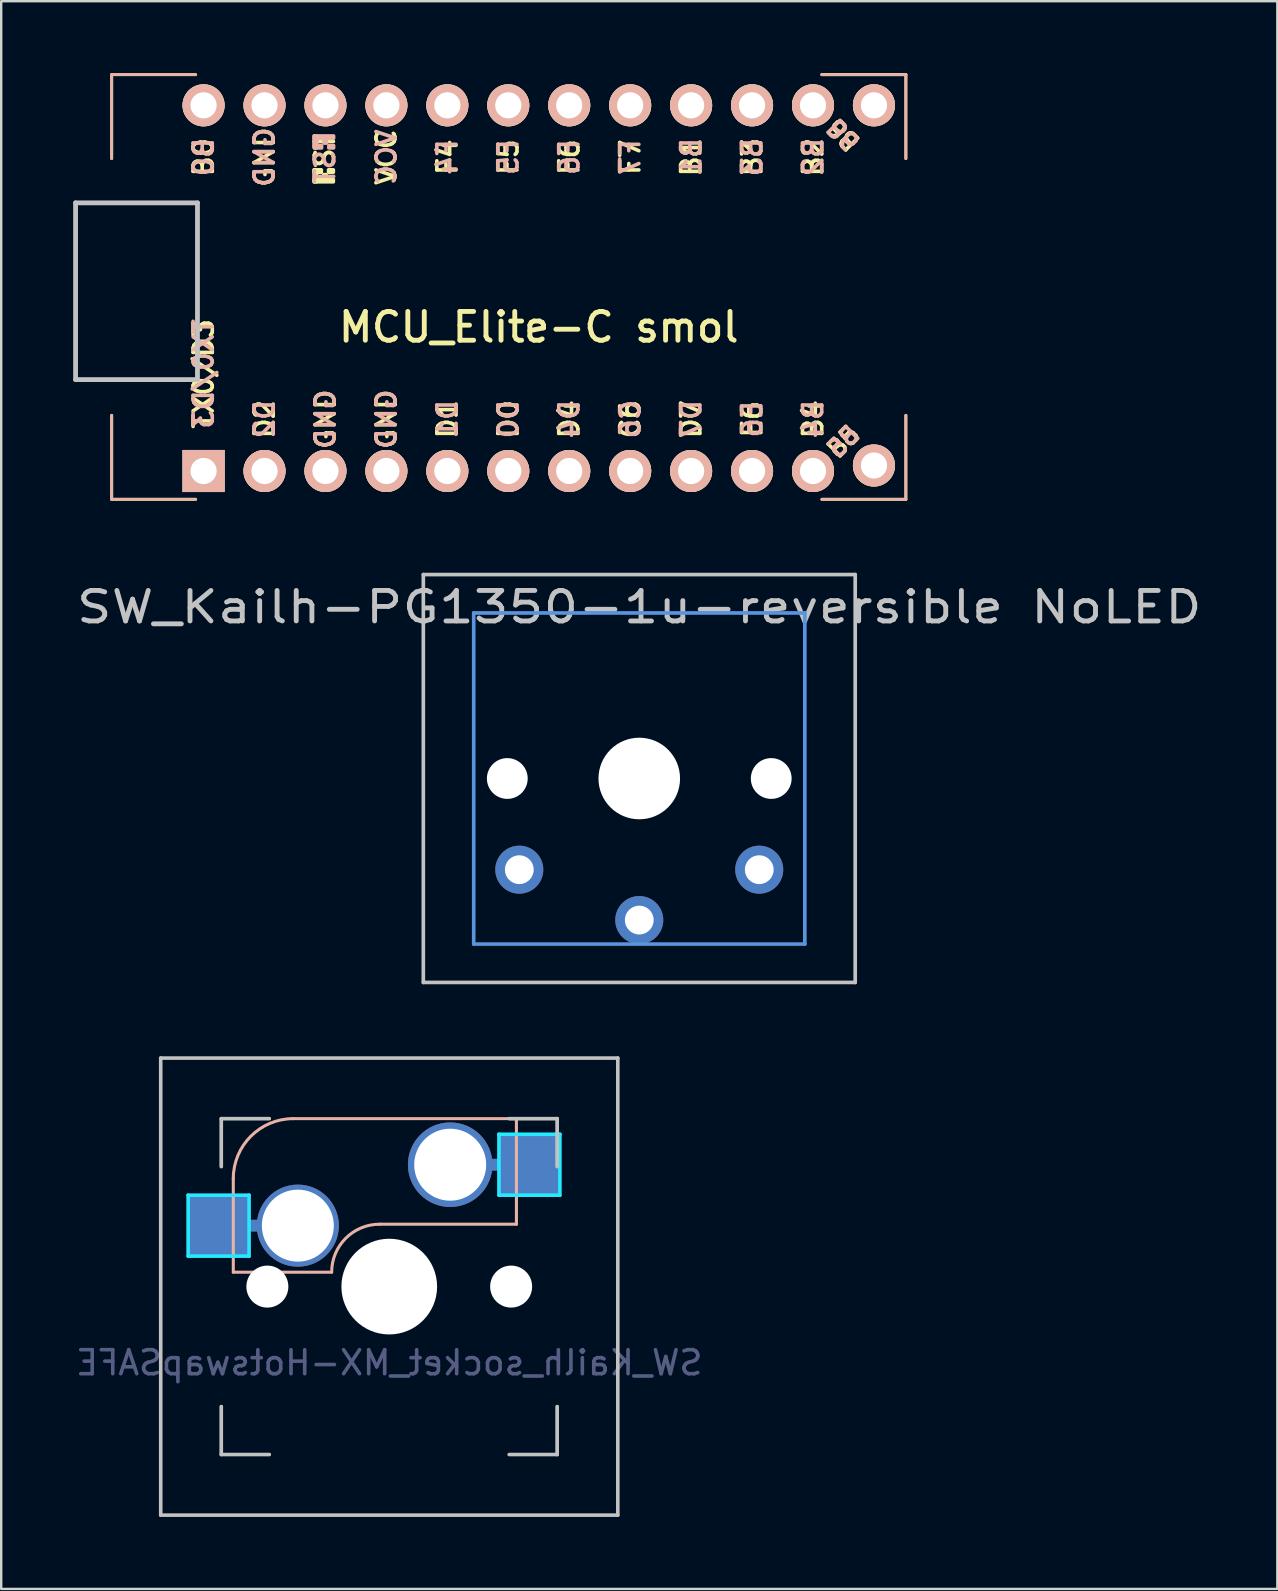
<source format=kicad_pcb>
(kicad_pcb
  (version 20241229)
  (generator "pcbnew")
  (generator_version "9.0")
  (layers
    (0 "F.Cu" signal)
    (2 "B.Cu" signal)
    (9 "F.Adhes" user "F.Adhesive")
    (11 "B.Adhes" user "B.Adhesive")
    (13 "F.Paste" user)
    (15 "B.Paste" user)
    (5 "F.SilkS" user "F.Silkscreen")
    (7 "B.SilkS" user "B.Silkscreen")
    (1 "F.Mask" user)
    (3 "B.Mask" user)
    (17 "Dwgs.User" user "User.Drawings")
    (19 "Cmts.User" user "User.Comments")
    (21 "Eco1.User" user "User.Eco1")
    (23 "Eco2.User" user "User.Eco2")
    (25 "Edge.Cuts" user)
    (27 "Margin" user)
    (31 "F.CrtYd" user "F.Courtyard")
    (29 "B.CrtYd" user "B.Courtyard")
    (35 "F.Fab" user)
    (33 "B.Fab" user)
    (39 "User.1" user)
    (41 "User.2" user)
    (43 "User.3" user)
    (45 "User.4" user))
  (footprint "SW_Kailh_socket_MX-HotswapSAFE"
    (layer "F.Cu")
    (at 13.173 50.572)
    (property "Reference" "SW_Kailh_socket_MX-HotswapSAFE" (at 0 3.175 0) (layer "B.Fab") (effects (font (size 1 1) (thickness 0.15)) (justify mirror)))
    (attr smd)
    (fp_line (start -5.81 -2.54) (end -5.3 -2.54) (stroke (width 0.5) (type solid)) (layer "B.Cu"))
    (fp_line (start 4.04 -5.08) (end 4.567 -5.08) (stroke (width 0.5) (type solid)) (layer "B.Cu"))
    (fp_line (start -7 -7) (end -5 -7) (stroke (width 0.12) (type solid)) (layer "F.SilkS"))
    (fp_line (start -7 -5) (end -7 -7) (stroke (width 0.12) (type solid)) (layer "F.SilkS"))
    (fp_line (start -7 5) (end -7 7) (stroke (width 0.12) (type solid)) (layer "F.SilkS"))
    (fp_line (start -7 7) (end -5 7) (stroke (width 0.12) (type solid)) (layer "F.SilkS"))
    (fp_line (start 5 -7) (end 7 -7) (stroke (width 0.12) (type solid)) (layer "F.SilkS"))
    (fp_line (start 7 -7) (end 7 -5) (stroke (width 0.12) (type solid)) (layer "F.SilkS"))
    (fp_line (start 7 5) (end 7 7) (stroke (width 0.12) (type solid)) (layer "F.SilkS"))
    (fp_line (start 7 7) (end 5 7) (stroke (width 0.12) (type solid)) (layer "F.SilkS"))
    (fp_line (start -6.5 -4.5) (end -6.5 -0.6) (stroke (width 0.127) (type solid)) (layer "B.SilkS"))
    (fp_line (start -6.5 -0.6) (end -2.4 -0.6) (stroke (width 0.127) (type solid)) (layer "B.SilkS"))
    (fp_line (start -0.4 -2.6) (end 5.3 -2.6) (stroke (width 0.127) (type solid)) (layer "B.SilkS"))
    (fp_line (start 5.3 -7) (end -4 -7) (stroke (width 0.127) (type solid)) (layer "B.SilkS"))
    (fp_line (start 5.3 -7) (end 5.3 -2.6) (stroke (width 0.127) (type solid)) (layer "B.SilkS"))
    (fp_arc (start -6.5 -4.5) (mid -5.767767 -6.267767) (end -4 -7) (stroke (width 0.127) (type solid)) (layer "B.SilkS"))
    (fp_arc (start -2.4 -0.6) (mid -1.814214 -2.014214) (end -0.4 -2.6) (stroke (width 0.127) (type solid)) (layer "B.SilkS"))
    (fp_line (start -9.525 -9.525) (end 9.525 -9.525) (stroke (width 0.15) (type solid)) (layer "Dwgs.User"))
    (fp_line (start -9.525 9.525) (end -9.525 -9.525) (stroke (width 0.15) (type solid)) (layer "Dwgs.User"))
    (fp_line (start -7 -7) (end -7 -5) (stroke (width 0.15) (type solid)) (layer "Dwgs.User"))
    (fp_line (start -7 5) (end -7 7) (stroke (width 0.15) (type solid)) (layer "Dwgs.User"))
    (fp_line (start -7 7) (end -5 7) (stroke (width 0.15) (type solid)) (layer "Dwgs.User"))
    (fp_line (start -5 -7) (end -7 -7) (stroke (width 0.15) (type solid)) (layer "Dwgs.User"))
    (fp_line (start 5 -7) (end 7 -7) (stroke (width 0.15) (type solid)) (layer "Dwgs.User"))
    (fp_line (start 5 7) (end 7 7) (stroke (width 0.15) (type solid)) (layer "Dwgs.User"))
    (fp_line (start 7 -7) (end 7 -5) (stroke (width 0.15) (type solid)) (layer "Dwgs.User"))
    (fp_line (start 7 7) (end 7 5) (stroke (width 0.15) (type solid)) (layer "Dwgs.User"))
    (fp_line (start 9.525 -9.525) (end 9.525 9.525) (stroke (width 0.15) (type solid)) (layer "Dwgs.User"))
    (fp_line (start 9.525 9.525) (end -9.525 9.525) (stroke (width 0.15) (type solid)) (layer "Dwgs.User"))
    (fp_line (start -8.382 -3.81) (end -8.382 -1.27) (stroke (width 0.15) (type solid)) (layer "B.CrtYd"))
    (fp_line (start -8.382 -1.27) (end -5.842 -1.27) (stroke (width 0.15) (type solid)) (layer "B.CrtYd"))
    (fp_line (start -5.842 -3.81) (end -8.382 -3.81) (stroke (width 0.15) (type solid)) (layer "B.CrtYd"))
    (fp_line (start -5.842 -1.27) (end -5.842 -3.81) (stroke (width 0.15) (type solid)) (layer "B.CrtYd"))
    (fp_line (start 4.572 -6.35) (end 7.112 -6.35) (stroke (width 0.15) (type solid)) (layer "B.CrtYd"))
    (fp_line (start 4.572 -3.81) (end 4.572 -6.35) (stroke (width 0.15) (type solid)) (layer "B.CrtYd"))
    (fp_line (start 7.112 -6.35) (end 7.112 -3.81) (stroke (width 0.15) (type solid)) (layer "B.CrtYd"))
    (fp_line (start 7.112 -3.81) (end 4.572 -3.81) (stroke (width 0.15) (type solid)) (layer "B.CrtYd"))
    (pad "" np_thru_hole circle (at -5.08 0 48.1) (size 1.75 1.75) (drill 1.75) (layers "*.Cu" "*.Mask"))
    (pad "" np_thru_hole circle (at 0 0) (size 3.988 3.988) (drill 3.988) (layers "*.Cu" "*.Mask"))
    (pad "" np_thru_hole circle (at 5.08 0 48.1) (size 1.75 1.75) (drill 1.75) (layers "*.Cu" "*.Mask"))
    (pad "1" smd rect (at -7.085 -2.54) (size 2.55 2.5) (layers "B.Cu" "B.Mask" "B.Paste"))
    (pad "1" thru_hole circle (at -3.81 -2.54) (size 3.42 3.42) (drill 3) (layers "*.Cu" "*.Mask"))
    (pad "2" thru_hole circle (at 2.54 -5.08) (size 3.524 3.524) (drill 3) (layers "*.Cu" "*.Mask"))
    (pad "2" smd rect (at 5.842 -5.08) (size 2.55 2.5) (layers "B.Cu" "B.Mask" "B.Paste")))
  (footprint "SW_Kailh-PG1350-1u-reversible NoLED"
    (layer "F.Cu")
    (at 23.593 29.396)
    (property "Reference" "SW_Kailh-PG1350-1u-reversible NoLED" (at 0 -7.144 180) (layer "Dwgs.User") (effects (font (size 1.27 1.524) (thickness 0.203))))
    (attr through_hole)
    (fp_line (start -9 -8.5) (end 9 -8.5) (stroke (width 0.152) (type solid)) (layer "Dwgs.User"))
    (fp_line (start -9 8.5) (end -9 -8.5) (stroke (width 0.152) (type solid)) (layer "Dwgs.User"))
    (fp_line (start 9 -8.5) (end 9 8.5) (stroke (width 0.152) (type solid)) (layer "Dwgs.User"))
    (fp_line (start 9 8.5) (end -9 8.5) (stroke (width 0.152) (type solid)) (layer "Dwgs.User"))
    (fp_line (start -6.9 -6.9) (end 6.9 -6.9) (stroke (width 0.152) (type solid)) (layer "Cmts.User"))
    (fp_line (start -6.9 6.9) (end -6.9 -6.9) (stroke (width 0.152) (type solid)) (layer "Cmts.User"))
    (fp_line (start 6.9 -6.9) (end 6.9 6.9) (stroke (width 0.152) (type solid)) (layer "Cmts.User"))
    (fp_line (start 6.9 6.9) (end -6.9 6.9) (stroke (width 0.152) (type solid)) (layer "Cmts.User"))
    (fp_line (start -7.5 -7.5) (end 7.5 -7.5) (stroke (width 0.152) (type solid)) (layer "Eco2.User"))
    (fp_line (start -7.5 7.5) (end -7.5 -7.5) (stroke (width 0.152) (type solid)) (layer "Eco2.User"))
    (fp_line (start 7.5 -7.5) (end 7.5 7.5) (stroke (width 0.152) (type solid)) (layer "Eco2.User"))
    (fp_line (start 7.5 7.5) (end -7.5 7.5) (stroke (width 0.152) (type solid)) (layer "Eco2.User"))
    (pad "" np_thru_hole circle (at -5.5 0 180) (size 1.7 1.7) (drill 1.7) (layers "*.Cu" "*.Mask"))
    (pad "" np_thru_hole circle (at 0 0 180) (size 3.4 3.4) (drill 3.4) (layers "*.Cu" "*.Mask"))
    (pad "" np_thru_hole circle (at 5.5 0 180) (size 1.7 1.7) (drill 1.7) (layers "*.Cu" "*.Mask"))
    (pad "1" thru_hole circle (at 0 5.9 180) (size 2 2) (drill 1.2) (layers "*.Cu" "*.Mask"))
    (pad "2" thru_hole circle (at -5 3.8 41.9) (size 2 2) (drill 1.2) (layers "*.Cu" "B.Mask"))
    (pad "2" thru_hole circle (at 5 3.8 41.9) (size 2 2) (drill 1.2) (layers "*.Cu" "F.Mask")))
  (footprint "MCU_Elite-C smol"
    (layer "F.Cu")
    (at 19.404 8.96)
    (property "Reference" "MCU_Elite-C smol" (at 0 1.625 0) (layer "F.SilkS") (effects (font (size 1.2 1.2) (thickness 0.203))))
    (attr through_hole)
    (fp_line (start -17.8 -8.9) (end -17.8 -5.4) (stroke (width 0.12) (type solid)) (layer "F.SilkS"))
    (fp_line (start -17.8 -8.9) (end -14.3 -8.9) (stroke (width 0.12) (type solid)) (layer "F.SilkS"))
    (fp_line (start -17.8 8.8) (end -17.8 5.3) (stroke (width 0.12) (type solid)) (layer "F.SilkS"))
    (fp_line (start -17.8 8.8) (end -14.3 8.8) (stroke (width 0.12) (type solid)) (layer "F.SilkS"))
    (fp_line (start 11.8 -8.9) (end 15.3 -8.9) (stroke (width 0.12) (type solid)) (layer "F.SilkS"))
    (fp_line (start 15.3 -8.9) (end 11.8 -8.9) (stroke (width 0.12) (type solid)) (layer "F.SilkS"))
    (fp_line (start 15.3 -8.9) (end 15.3 -5.4) (stroke (width 0.12) (type solid)) (layer "F.SilkS"))
    (fp_line (start 15.3 8.8) (end 11.8 8.8) (stroke (width 0.12) (type solid)) (layer "F.SilkS"))
    (fp_line (start 15.3 8.8) (end 15.3 5.3) (stroke (width 0.12) (type solid)) (layer "F.SilkS"))
    (fp_poly (pts (xy -9.361 -4.932) (xy -9.261 -4.932) (xy -9.261 -4.432) (xy -9.361 -4.432)) (stroke (width 0.15) (type solid)) (fill yes) (layer "F.SilkS"))
    (fp_poly (pts (xy -9.361 -4.932) (xy -9.061 -4.932) (xy -9.061 -4.832) (xy -9.361 -4.832)) (stroke (width 0.15) (type solid)) (fill yes) (layer "F.SilkS"))
    (fp_poly (pts (xy -9.361 -4.532) (xy -8.561 -4.532) (xy -8.561 -4.432) (xy -9.361 -4.432)) (stroke (width 0.15) (type solid)) (fill yes) (layer "F.SilkS"))
    (fp_poly (pts (xy -8.961 -4.732) (xy -8.861 -4.732) (xy -8.861 -4.632) (xy -8.961 -4.632)) (stroke (width 0.15) (type solid)) (fill yes) (layer "F.SilkS"))
    (fp_poly (pts (xy -8.761 -4.932) (xy -8.561 -4.932) (xy -8.561 -4.832) (xy -8.761 -4.832)) (stroke (width 0.15) (type solid)) (fill yes) (layer "F.SilkS"))
    (fp_line (start -17.8 -8.9) (end -17.8 -5.4) (stroke (width 0.12) (type solid)) (layer "B.SilkS"))
    (fp_line (start -17.8 -8.9) (end -14.3 -8.9) (stroke (width 0.12) (type solid)) (layer "B.SilkS"))
    (fp_line (start -17.8 5.3) (end -17.8 8.8) (stroke (width 0.12) (type solid)) (layer "B.SilkS"))
    (fp_line (start -17.8 8.8) (end -14.3 8.8) (stroke (width 0.12) (type solid)) (layer "B.SilkS"))
    (fp_line (start 11.8 -8.9) (end 15.3 -8.9) (stroke (width 0.12) (type solid)) (layer "B.SilkS"))
    (fp_line (start 11.8 8.8) (end 15.3 8.8) (stroke (width 0.12) (type solid)) (layer "B.SilkS"))
    (fp_line (start 15.3 -8.9) (end 15.3 -5.4) (stroke (width 0.12) (type solid)) (layer "B.SilkS"))
    (fp_line (start 15.3 8.8) (end 15.3 5.3) (stroke (width 0.12) (type solid)) (layer "B.SilkS"))
    (fp_poly (pts (xy -9.351 -6.245) (xy -8.551 -6.245) (xy -8.551 -6.345) (xy -9.351 -6.345)) (stroke (width 0.15) (type solid)) (fill yes) (layer "B.SilkS"))
    (fp_poly (pts (xy -9.351 -5.845) (xy -9.251 -5.845) (xy -9.251 -6.345) (xy -9.351 -6.345)) (stroke (width 0.15) (type solid)) (fill yes) (layer "B.SilkS"))
    (fp_poly (pts (xy -9.351 -5.845) (xy -9.051 -5.845) (xy -9.051 -5.945) (xy -9.351 -5.945)) (stroke (width 0.15) (type solid)) (fill yes) (layer "B.SilkS"))
    (fp_poly (pts (xy -8.951 -6.045) (xy -8.851 -6.045) (xy -8.851 -6.145) (xy -8.951 -6.145)) (stroke (width 0.15) (type solid)) (fill yes) (layer "B.SilkS"))
    (fp_poly (pts (xy -8.751 -5.845) (xy -8.551 -5.845) (xy -8.551 -5.945) (xy -8.751 -5.945)) (stroke (width 0.15) (type solid)) (fill yes) (layer "B.SilkS"))
    (fp_line (start -19.304 -3.556) (end -14.224 -3.556) (stroke (width 0.2) (type solid)) (layer "Dwgs.User"))
    (fp_line (start -19.304 3.81) (end -19.304 -3.556) (stroke (width 0.2) (type solid)) (layer "Dwgs.User"))
    (fp_line (start -14.224 -3.556) (end -14.224 3.81) (stroke (width 0.2) (type solid)) (layer "Dwgs.User"))
    (fp_line (start -14.224 3.81) (end -19.304 3.81) (stroke (width 0.2) (type solid)) (layer "Dwgs.User"))
    (fp_text user "GND" (at -6.35 5.461 90) (layer "F.SilkS") (effects (font (size 0.8 0.8) (thickness 0.15))))
    (fp_text user "B4" (at 11.43 5.461 90) (layer "F.SilkS") (effects (font (size 0.8 0.8) (thickness 0.15))))
    (fp_text user "E6" (at 8.89 5.461 90) (layer "F.SilkS") (effects (font (size 0.8 0.8) (thickness 0.15))))
    (fp_text user "D1" (at -3.81 5.461 90) (layer "F.SilkS") (effects (font (size 0.8 0.8) (thickness 0.15))))
    (fp_text user "ST" (at -8.92 -5.733 90) (layer "F.SilkS") (effects (font (size 0.8 0.8) (thickness 0.15))))
    (fp_text user "B6" (at 12.7 -6.4 135) (unlocked yes) (layer "F.SilkS") (effects (font (size 0.7 0.7) (thickness 0.15))))
    (fp_text user "D0" (at -1.27 5.461 90) (layer "F.SilkS") (effects (font (size 0.8 0.8) (thickness 0.15))))
    (fp_text user "B2" (at 11.43 -5.461 90) (layer "F.SilkS") (effects (font (size 0.8 0.8) (thickness 0.15))))
    (fp_text user "C6" (at 3.81 5.461 90) (layer "F.SilkS") (effects (font (size 0.8 0.8) (thickness 0.15))))
    (fp_text user "VCC" (at -6.35 -5.461 90) (layer "F.SilkS") (effects (font (size 0.8 0.8) (thickness 0.15))))
    (fp_text user "B5" (at 12.7 6.4 45) (layer "F.SilkS") (effects (font (size 0.7 0.7) (thickness 0.15))))
    (fp_text user "F4" (at -3.81 -5.461 90) (layer "F.SilkS") (effects (font (size 0.8 0.8) (thickness 0.15))))
    (fp_text user "D4" (at 1.27 5.461 90) (layer "F.SilkS") (effects (font (size 0.8 0.8) (thickness 0.15))))
    (fp_text user "D7" (at 6.35 5.461 90) (layer "F.SilkS") (effects (font (size 0.8 0.8) (thickness 0.15))))
    (fp_text user "B1" (at 6.35 -5.461 90) (layer "F.SilkS") (effects (font (size 0.8 0.8) (thickness 0.15))))
    (fp_text user "GND" (at -11.43 -5.461 90) (layer "F.SilkS") (effects (font (size 0.8 0.8) (thickness 0.15))))
    (fp_text user "F6" (at 1.27 -5.461 90) (layer "F.SilkS") (effects (font (size 0.8 0.8) (thickness 0.15))))
    (fp_text user "TX0/D3" (at -13.97 3.572 90) (layer "F.SilkS") (effects (font (size 0.8 0.8) (thickness 0.15))))
    (fp_text user "D2" (at -11.43 5.461 90) (layer "F.SilkS") (effects (font (size 0.8 0.8) (thickness 0.15))))
    (fp_text user "F7" (at 3.81 -5.461 90) (layer "F.SilkS") (effects (font (size 0.8 0.8) (thickness 0.15))))
    (fp_text user "B0" (at -13.97 -5.461 90) (layer "F.SilkS") (effects (font (size 0.8 0.8) (thickness 0.15))))
    (fp_text user "F5" (at -1.27 -5.461 90) (layer "F.SilkS") (effects (font (size 0.8 0.8) (thickness 0.15))))
    (fp_text user "B3" (at 8.89 -5.461 90) (layer "F.SilkS") (effects (font (size 0.8 0.8) (thickness 0.15))))
    (fp_text user "GND" (at -8.89 5.461 90) (layer "F.SilkS") (effects (font (size 0.8 0.8) (thickness 0.15))))
    (fp_text user "D7" (at 6.35 5.461 90) (layer "B.SilkS") (effects (font (size 0.8 0.8) (thickness 0.15)) (justify mirror)))
    (fp_text user "B0" (at -13.97 -5.461 90) (layer "B.SilkS") (effects (font (size 0.8 0.8) (thickness 0.15)) (justify mirror)))
    (fp_text user "VCC" (at -6.35 -5.461 90) (layer "B.SilkS") (effects (font (size 0.8 0.8) (thickness 0.15)) (justify mirror)))
    (fp_text user "B3" (at 8.89 -5.461 90) (layer "B.SilkS") (effects (font (size 0.8 0.8) (thickness 0.15)) (justify mirror)))
    (fp_text user "B1" (at 6.35 -5.461 90) (layer "B.SilkS") (effects (font (size 0.8 0.8) (thickness 0.15)) (justify mirror)))
    (fp_text user "B4" (at 11.43 5.461 90) (layer "B.SilkS") (effects (font (size 0.8 0.8) (thickness 0.15)) (justify mirror)))
    (fp_text user "F6" (at 1.27 -5.461 90) (layer "B.SilkS") (effects (font (size 0.8 0.8) (thickness 0.15)) (justify mirror)))
    (fp_text user "B5" (at 12.7 6.4 45) (layer "B.SilkS") (effects (font (size 0.7 0.7) (thickness 0.15)) (justify mirror)))
    (fp_text user "E6" (at 8.89 5.461 90) (layer "B.SilkS") (effects (font (size 0.8 0.8) (thickness 0.15)) (justify mirror)))
    (fp_text user "TX0/D3" (at -13.97 3.572 90) (layer "B.SilkS") (effects (font (size 0.8 0.8) (thickness 0.15)) (justify mirror)))
    (fp_text user "B6" (at 12.7 -6.4 135) (unlocked yes) (layer "B.SilkS") (effects (font (size 0.7 0.7) (thickness 0.15)) (justify mirror)))
    (fp_text user "GND" (at -11.43 -5.461 90) (layer "B.SilkS") (effects (font (size 0.8 0.8) (thickness 0.15)) (justify mirror)))
    (fp_text user "D4" (at 1.27 5.461 90) (layer "B.SilkS") (effects (font (size 0.8 0.8) (thickness 0.15)) (justify mirror)))
    (fp_text user "B2" (at 11.43 -5.461 90) (layer "B.SilkS") (effects (font (size 0.8 0.8) (thickness 0.15)) (justify mirror)))
    (fp_text user "GND" (at -8.89 5.461 90) (layer "B.SilkS") (effects (font (size 0.8 0.8) (thickness 0.15)) (justify mirror)))
    (fp_text user "ST" (at -8.91 -5.04 90) (layer "B.SilkS") (effects (font (size 0.8 0.8) (thickness 0.15)) (justify mirror)))
    (fp_text user "GND" (at -6.35 5.461 90) (layer "B.SilkS") (effects (font (size 0.8 0.8) (thickness 0.15)) (justify mirror)))
    (fp_text user "D1" (at -3.81 5.461 90) (layer "B.SilkS") (effects (font (size 0.8 0.8) (thickness 0.15)) (justify mirror)))
    (fp_text user "C6" (at 3.81 5.461 90) (layer "B.SilkS") (effects (font (size 0.8 0.8) (thickness 0.15)) (justify mirror)))
    (fp_text user "F7" (at 3.81 -5.461 90) (layer "B.SilkS") (effects (font (size 0.8 0.8) (thickness 0.15)) (justify mirror)))
    (fp_text user "D2" (at -11.43 5.461 90) (layer "B.SilkS") (effects (font (size 0.8 0.8) (thickness 0.15)) (justify mirror)))
    (fp_text user "F4" (at -3.81 -5.461 90) (layer "B.SilkS") (effects (font (size 0.8 0.8) (thickness 0.15)) (justify mirror)))
    (fp_text user "D0" (at -1.27 5.461 90) (layer "B.SilkS") (effects (font (size 0.8 0.8) (thickness 0.15)) (justify mirror)))
    (fp_text user "F5" (at -1.27 -5.461 90) (layer "B.SilkS") (effects (font (size 0.8 0.8) (thickness 0.15)) (justify mirror)))
    (pad "1" thru_hole rect (at -13.97 7.62) (size 1.753 1.753) (drill 1.092) (layers "*.Cu" "*.SilkS" "*.Mask"))
    (pad "2" thru_hole circle (at -11.43 7.62) (size 1.753 1.753) (drill 1.092) (layers "*.Cu" "*.SilkS" "*.Mask"))
    (pad "3" thru_hole circle (at -8.89 7.62) (size 1.753 1.753) (drill 1.092) (layers "*.Cu" "*.SilkS" "*.Mask"))
    (pad "4" thru_hole circle (at -6.35 7.62) (size 1.753 1.753) (drill 1.092) (layers "*.Cu" "*.SilkS" "*.Mask"))
    (pad "5" thru_hole circle (at -3.81 7.62) (size 1.753 1.753) (drill 1.092) (layers "*.Cu" "*.SilkS" "*.Mask"))
    (pad "6" thru_hole circle (at -1.27 7.62) (size 1.753 1.753) (drill 1.092) (layers "*.Cu" "*.SilkS" "*.Mask"))
    (pad "7" thru_hole circle (at 1.27 7.62) (size 1.753 1.753) (drill 1.092) (layers "*.Cu" "*.SilkS" "*.Mask"))
    (pad "8" thru_hole circle (at 3.81 7.62) (size 1.753 1.753) (drill 1.092) (layers "*.Cu" "*.SilkS" "*.Mask"))
    (pad "9" thru_hole circle (at 6.35 7.62) (size 1.753 1.753) (drill 1.092) (layers "*.Cu" "*.SilkS" "*.Mask"))
    (pad "10" thru_hole circle (at 8.89 7.62) (size 1.753 1.753) (drill 1.092) (layers "*.Cu" "*.SilkS" "*.Mask"))
    (pad "11" thru_hole circle (at 11.43 7.62) (size 1.753 1.753) (drill 1.092) (layers "*.Cu" "*.SilkS" "*.Mask"))
    (pad "12" thru_hole circle (at 13.97 7.391) (size 1.753 1.753) (drill 1.092) (layers "*.Cu" "*.SilkS" "*.Mask"))
    (pad "13" thru_hole circle (at 13.97 -7.62) (size 1.753 1.753) (drill 1.092) (layers "*.Cu" "*.SilkS" "*.Mask"))
    (pad "14" thru_hole circle (at 11.43 -7.62) (size 1.753 1.753) (drill 1.092) (layers "*.Cu" "*.SilkS" "*.Mask"))
    (pad "15" thru_hole circle (at 8.89 -7.62) (size 1.753 1.753) (drill 1.092) (layers "*.Cu" "*.SilkS" "*.Mask"))
    (pad "16" thru_hole circle (at 6.35 -7.62) (size 1.753 1.753) (drill 1.092) (layers "*.Cu" "*.SilkS" "*.Mask"))
    (pad "17" thru_hole circle (at 3.81 -7.62) (size 1.753 1.753) (drill 1.092) (layers "*.Cu" "*.SilkS" "*.Mask"))
    (pad "18" thru_hole circle (at 1.27 -7.62) (size 1.753 1.753) (drill 1.092) (layers "*.Cu" "*.SilkS" "*.Mask"))
    (pad "19" thru_hole circle (at -1.27 -7.62) (size 1.753 1.753) (drill 1.092) (layers "*.Cu" "*.SilkS" "*.Mask"))
    (pad "20" thru_hole circle (at -3.81 -7.62) (size 1.753 1.753) (drill 1.092) (layers "*.Cu" "*.SilkS" "*.Mask"))
    (pad "21" thru_hole circle (at -6.35 -7.62) (size 1.753 1.753) (drill 1.092) (layers "*.Cu" "*.SilkS" "*.Mask"))
    (pad "22" thru_hole circle (at -8.89 -7.62) (size 1.753 1.753) (drill 1.092) (layers "*.Cu" "*.SilkS" "*.Mask"))
    (pad "23" thru_hole circle (at -11.43 -7.62) (size 1.753 1.753) (drill 1.092) (layers "*.Cu" "*.SilkS" "*.Mask"))
    (pad "24" thru_hole circle (at -13.97 -7.62) (size 1.753 1.753) (drill 1.092) (layers "*.Cu" "*.SilkS" "*.Mask")))
  (gr_rect
    (start -3 -3)
    (end 50.186 63.172)
    (stroke (width 0.1) (type default))
    (fill no)
    (layer "Edge.Cuts")))
</source>
